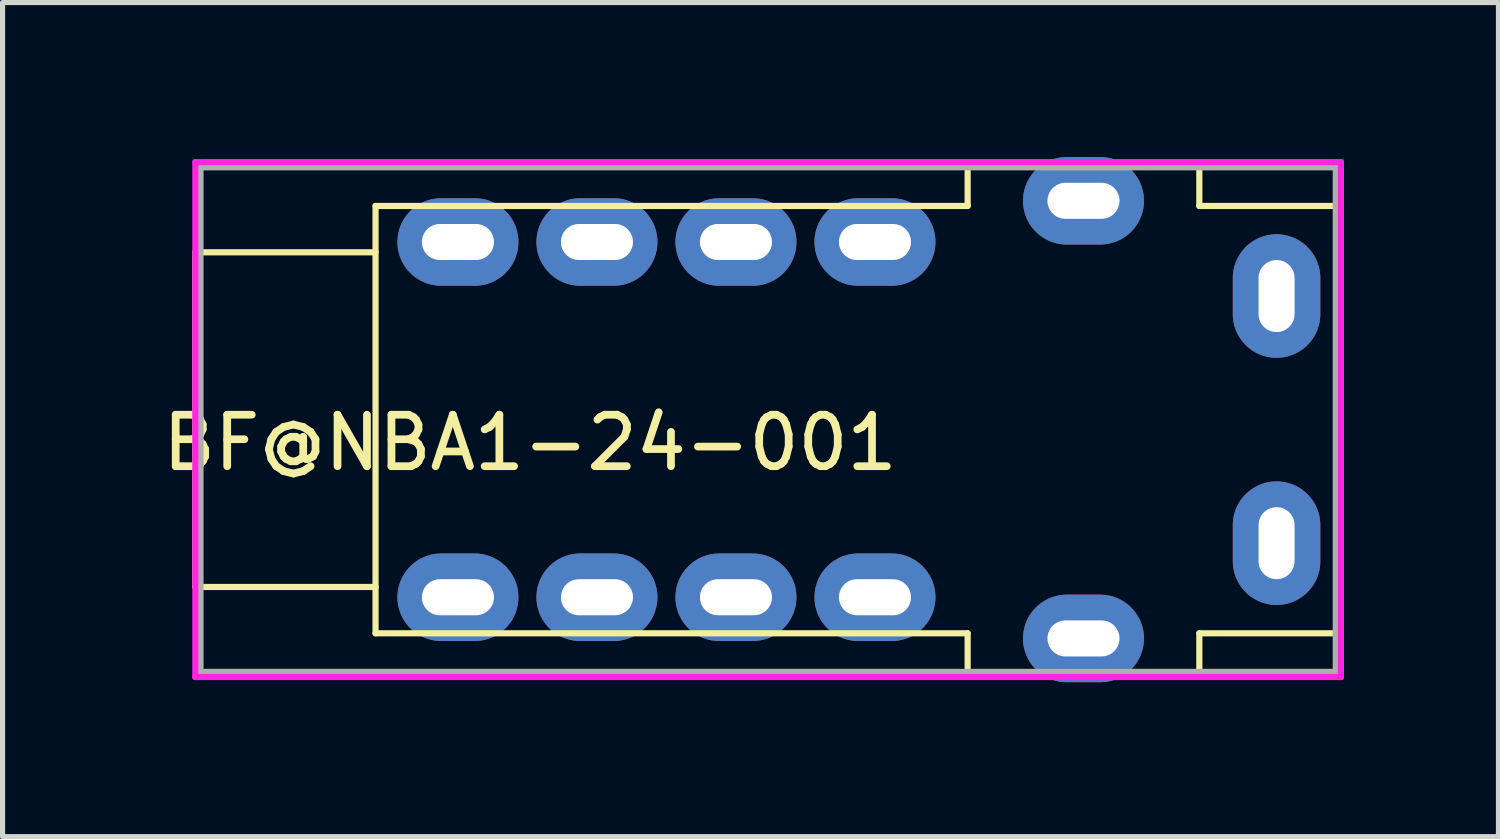
<source format=kicad_pcb>
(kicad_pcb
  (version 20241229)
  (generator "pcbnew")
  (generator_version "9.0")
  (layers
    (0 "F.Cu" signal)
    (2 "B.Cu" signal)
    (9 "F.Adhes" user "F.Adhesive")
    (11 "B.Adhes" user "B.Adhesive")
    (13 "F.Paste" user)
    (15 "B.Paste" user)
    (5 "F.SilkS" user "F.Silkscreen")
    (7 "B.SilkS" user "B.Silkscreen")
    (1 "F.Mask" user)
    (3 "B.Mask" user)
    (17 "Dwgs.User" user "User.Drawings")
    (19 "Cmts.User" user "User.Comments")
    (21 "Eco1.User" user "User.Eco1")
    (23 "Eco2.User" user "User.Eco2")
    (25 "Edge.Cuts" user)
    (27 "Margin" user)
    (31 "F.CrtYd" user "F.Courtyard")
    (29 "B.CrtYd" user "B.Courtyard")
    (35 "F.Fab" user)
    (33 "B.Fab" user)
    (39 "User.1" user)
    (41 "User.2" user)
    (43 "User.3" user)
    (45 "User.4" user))
  (footprint "BF@NBA1-24-001"
    (layer "F.Cu")
    (at 4.244 5.1)
    (property "Reference" "BF@NBA1-24-001" (at 3 0.45 0) (layer "F.SilkS") (effects (font (size 1 1) (thickness 0.15))))
    (attr through_hole)
    (fp_line (start -3.5 -3.25) (end -3.5 3.25) (stroke (width 0.12) (type solid)) (layer "F.SilkS"))
    (fp_line (start -3.5 3.25) (end 0 3.25) (stroke (width 0.12) (type solid)) (layer "F.SilkS"))
    (fp_line (start 0 -4.15) (end 11.5 -4.15) (stroke (width 0.12) (type solid)) (layer "F.SilkS"))
    (fp_line (start 0 -3.25) (end -3.5 -3.25) (stroke (width 0.12) (type solid)) (layer "F.SilkS"))
    (fp_line (start 0 4.15) (end 0 -4.15) (stroke (width 0.12) (type solid)) (layer "F.SilkS"))
    (fp_line (start 11.5 -4.95) (end 11.5 -4.15) (stroke (width 0.12) (type solid)) (layer "F.SilkS"))
    (fp_line (start 11.5 4.15) (end 0 4.15) (stroke (width 0.12) (type solid)) (layer "F.SilkS"))
    (fp_line (start 11.5 4.95) (end 11.5 4.15) (stroke (width 0.12) (type solid)) (layer "F.SilkS"))
    (fp_line (start 16 -4.95) (end 11.5 -4.95) (stroke (width 0.12) (type solid)) (layer "F.SilkS"))
    (fp_line (start 16 -4.15) (end 16 -4.95) (stroke (width 0.12) (type solid)) (layer "F.SilkS"))
    (fp_line (start 16 4.15) (end 16 4.95) (stroke (width 0.12) (type solid)) (layer "F.SilkS"))
    (fp_line (start 16 4.95) (end 11.5 4.95) (stroke (width 0.12) (type solid)) (layer "F.SilkS"))
    (fp_line (start 18.7 -4.15) (end 16 -4.15) (stroke (width 0.12) (type solid)) (layer "F.SilkS"))
    (fp_line (start 18.7 -4.15) (end 18.7 4.15) (stroke (width 0.12) (type solid)) (layer "F.SilkS"))
    (fp_line (start 18.7 4.15) (end 16 4.15) (stroke (width 0.12) (type solid)) (layer "F.SilkS"))
    (fp_line (start -3.5 -5) (end 18.75 -5) (stroke (width 0.12) (type solid)) (layer "F.CrtYd"))
    (fp_line (start -3.5 5) (end -3.5 -5) (stroke (width 0.12) (type solid)) (layer "F.CrtYd"))
    (fp_line (start 18.75 -5) (end 18.75 5) (stroke (width 0.12) (type solid)) (layer "F.CrtYd"))
    (fp_line (start 18.75 5) (end -3.5 5) (stroke (width 0.12) (type solid)) (layer "F.CrtYd"))
    (fp_line (start -3.4 -4.9) (end 18.65 -4.9) (stroke (width 0.12) (type solid)) (layer "F.Fab"))
    (fp_line (start -3.4 4.9) (end -3.4 -4.9) (stroke (width 0.12) (type solid)) (layer "F.Fab"))
    (fp_line (start 18.65 -4.9) (end 18.65 4.9) (stroke (width 0.12) (type solid)) (layer "F.Fab"))
    (fp_line (start 18.65 4.9) (end -3.4 4.9) (stroke (width 0.12) (type solid)) (layer "F.Fab"))
    (pad "B" thru_hole oval (at 13.75 -4.25 90) (size 1.7 2.35) (drill oval 0.7 1.4) (layers "*.Cu" "*.Mask"))
    (pad "R1" thru_hole oval (at 9.7 -3.45 90) (size 1.7 2.35) (drill oval 0.7 1.4) (layers "*.Cu" "*.Mask"))
    (pad "R1" thru_hole oval (at 9.7 3.45 90) (size 1.7 2.35) (drill oval 0.7 1.4) (layers "*.Cu" "*.Mask"))
    (pad "R2" thru_hole oval (at 7 -3.45 90) (size 1.7 2.35) (drill oval 0.7 1.4) (layers "*.Cu" "*.Mask"))
    (pad "R2" thru_hole oval (at 7 3.45 90) (size 1.7 2.35) (drill oval 0.7 1.4) (layers "*.Cu" "*.Mask"))
    (pad "R3" thru_hole oval (at 4.3 -3.45 90) (size 1.7 2.35) (drill oval 0.7 1.4) (layers "*.Cu" "*.Mask"))
    (pad "R3" thru_hole oval (at 4.3 3.45 90) (size 1.7 2.35) (drill oval 0.7 1.4) (layers "*.Cu" "*.Mask"))
    (pad "S" thru_hole oval (at 1.6 -3.45 90) (size 1.7 2.35) (drill oval 0.7 1.4) (layers "*.Cu" "*.Mask"))
    (pad "S" thru_hole oval (at 1.6 3.45 90) (size 1.7 2.35) (drill oval 0.7 1.4) (layers "*.Cu" "*.Mask"))
    (pad "T" thru_hole oval (at 17.5 -2.4 180) (size 1.7 2.4) (drill oval 0.7 1.4) (layers "*.Cu" "*.Mask"))
    (pad "T" thru_hole oval (at 17.5 2.4 180) (size 1.7 2.4) (drill oval 0.7 1.4) (layers "*.Cu" "*.Mask"))
    (pad "TC" thru_hole oval (at 13.75 4.25 90) (size 1.7 2.35) (drill oval 0.7 1.4) (layers "*.Cu" "*.Mask")))
  (gr_rect
    (start -3 -3)
    (end 26.054 13.2)
    (stroke (width 0.1) (type default))
    (fill no)
    (layer "Edge.Cuts")))
</source>
